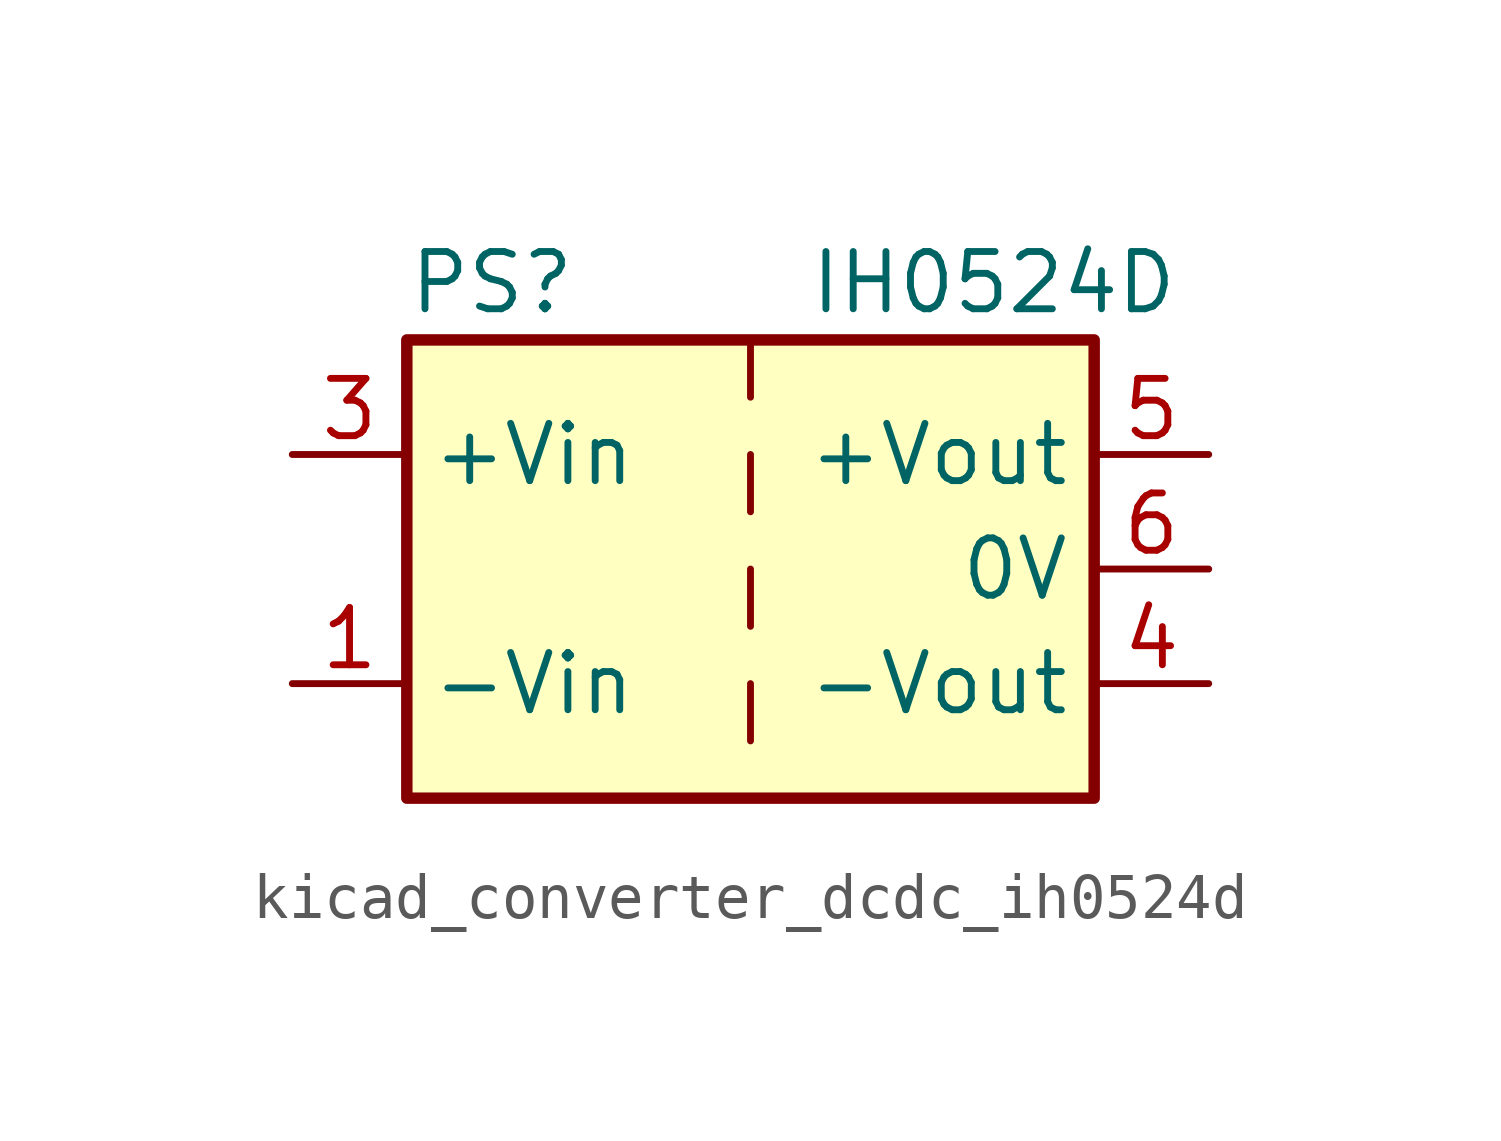
<source format=kicad_sym>
(kicad_symbol_lib
  (version 20220914)
  (generator kicad_symbol_editor)
  (symbol "kicad_converter_dcdc_ih0524d"
    (property "Reference" "PS"
      (at -7.62 6.35 0)
      (effects (font (size 1.27 1.27)) (justify left)))
    (property "Value" "IH0524D"
      (at 1.27 6.35 0)
      (effects (font (size 1.27 1.27)) (justify left)))
    (symbol "kicad_converter_dcdc_ih0524d_0_0"
      (pin power_in line (at -10.16 -2.54 0) (length 2.54) (name "-Vin" (effects (font (size 1.27 1.27)))) (number "1" (effects (font (size 1.27 1.27)))))
      (pin power_in line (at -10.16 2.54 0) (length 2.54) (name "+Vin" (effects (font (size 1.27 1.27)))) (number "3" (effects (font (size 1.27 1.27)))))
      (pin power_out line (at 10.16 -2.54 180) (length 2.54) (name "-Vout" (effects (font (size 1.27 1.27)))) (number "4" (effects (font (size 1.27 1.27)))))
      (pin power_out line (at 10.16 2.54 180) (length 2.54) (name "+Vout" (effects (font (size 1.27 1.27)))) (number "5" (effects (font (size 1.27 1.27)))))
      (pin power_out line (at 10.16 0 180) (length 2.54) (name "0V" (effects (font (size 1.27 1.27)))) (number "6" (effects (font (size 1.27 1.27))))))
    (symbol "kicad_converter_dcdc_ih0524d_0_1"
      (rectangle (start -7.62 5.08) (end 7.62 -5.08) (stroke (width 0.254) (type default)) (fill (type background)))
      (polyline (pts (xy 0 -2.54) (xy 0 -3.81)) (stroke (width 0) (type default)) (fill (type none)))
      (polyline (pts (xy 0 0) (xy 0 -1.27)) (stroke (width 0) (type default)) (fill (type none)))
      (polyline (pts (xy 0 2.54) (xy 0 1.27)) (stroke (width 0) (type default)) (fill (type none)))
      (polyline (pts (xy 0 5.08) (xy 0 3.81)) (stroke (width 0) (type default)) (fill (type none))))
    (symbol "kicad_converter_dcdc_ih0524d_1_1"
      (pin no_connect line (at 0 -5.08 90) (length 2.54) hide (name "NC" (effects (font (size 1.27 1.27)))) (number "2" (effects (font (size 1.27 1.27))))))))
</source>
